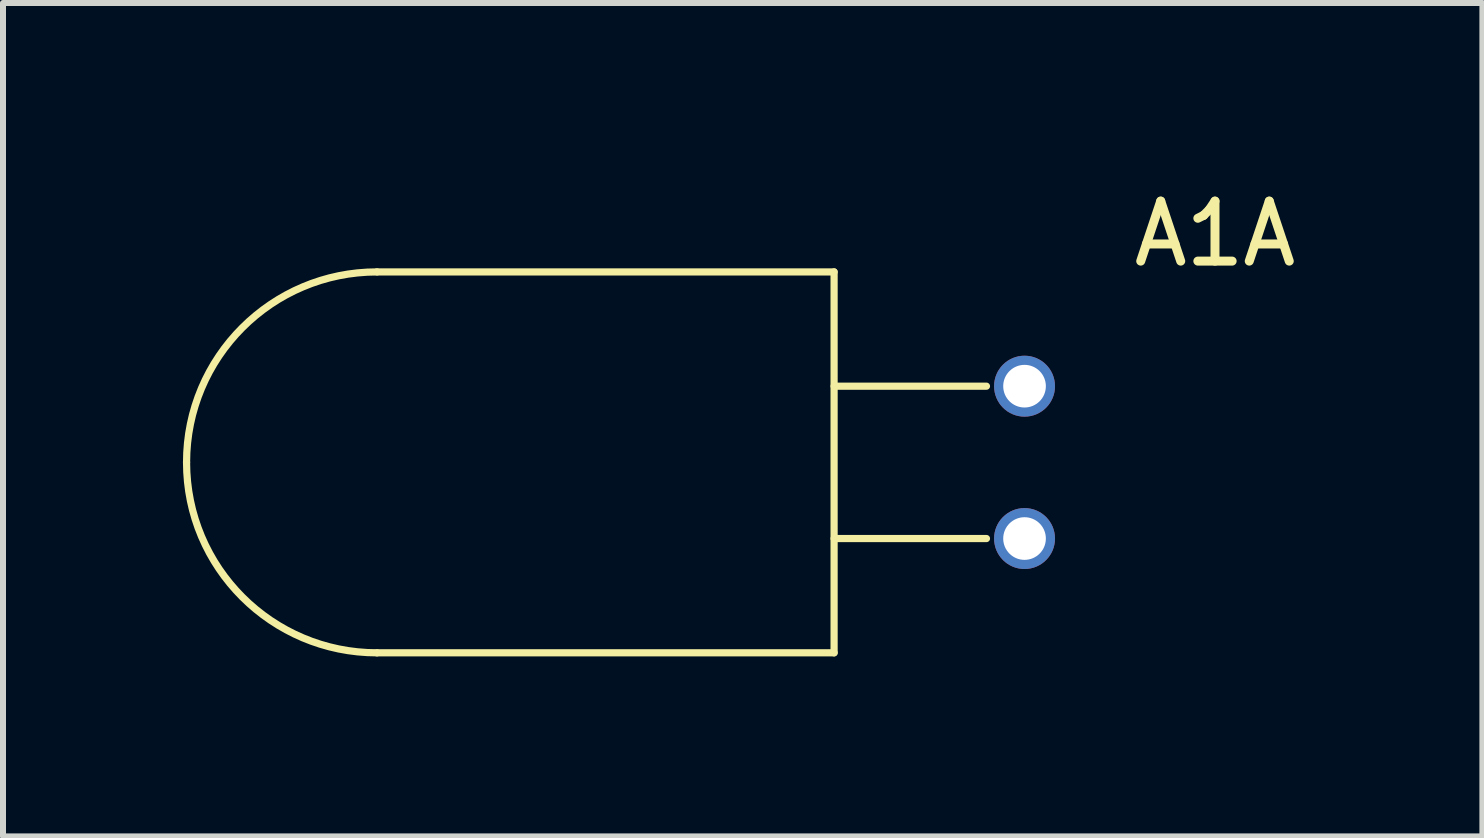
<source format=kicad_pcb>
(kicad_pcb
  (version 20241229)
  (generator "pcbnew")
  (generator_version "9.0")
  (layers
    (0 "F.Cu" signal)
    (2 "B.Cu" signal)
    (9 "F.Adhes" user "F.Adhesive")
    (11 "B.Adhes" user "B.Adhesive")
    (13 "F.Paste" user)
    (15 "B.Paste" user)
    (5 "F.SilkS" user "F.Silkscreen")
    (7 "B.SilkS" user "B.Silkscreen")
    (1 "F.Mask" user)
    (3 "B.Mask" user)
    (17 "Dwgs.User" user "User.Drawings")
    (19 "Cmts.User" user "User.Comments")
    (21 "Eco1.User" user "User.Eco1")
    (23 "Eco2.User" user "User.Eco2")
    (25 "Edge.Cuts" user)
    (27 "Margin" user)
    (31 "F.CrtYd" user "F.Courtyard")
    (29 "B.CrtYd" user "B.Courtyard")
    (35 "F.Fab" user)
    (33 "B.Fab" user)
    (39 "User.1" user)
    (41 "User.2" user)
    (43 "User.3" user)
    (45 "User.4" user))
  (footprint "A1A"
    (layer "F.Cu")
    (at 14.03 3.388)
    (property "Reference" "A1A" (at 3.175 -2.54 0) (layer "F.SilkS") (effects (font (size 1 1) (thickness 0.15))))
    (attr through_hole)
    (fp_line (start -10.795 -1.905) (end -3.175 -1.905) (stroke (width 0.12) (type solid)) (layer "F.SilkS"))
    (fp_line (start -3.175 -1.905) (end -3.175 4.445) (stroke (width 0.12) (type solid)) (layer "F.SilkS"))
    (fp_line (start -3.175 4.445) (end -10.795 4.445) (stroke (width 0.12) (type solid)) (layer "F.SilkS"))
    (fp_line (start -0.635 0) (end -3.175 0) (stroke (width 0.12) (type solid)) (layer "F.SilkS"))
    (fp_line (start -0.635 2.54) (end -3.175 2.54) (stroke (width 0.12) (type solid)) (layer "F.SilkS"))
    (fp_arc (start -13.97 1.27) (mid -13.040064 -0.975064) (end -10.795 -1.905) (stroke (width 0.12) (type solid)) (layer "F.SilkS"))
    (fp_arc (start -10.795 4.445) (mid -13.040064 3.515064) (end -13.97 1.27) (stroke (width 0.12) (type solid)) (layer "F.SilkS"))
    (pad "1" thru_hole circle (at 0 0) (size 1.016 1.016) (drill 0.711) (layers "*.Cu" "*.Mask"))
    (pad "2" thru_hole circle (at 0 2.54) (size 1.016 1.016) (drill 0.711) (layers "*.Cu" "*.Mask")))
  (gr_rect
    (start -3 -3)
    (end 21.663 10.893)
    (stroke (width 0.1) (type default))
    (fill no)
    (layer "Edge.Cuts")))
</source>
